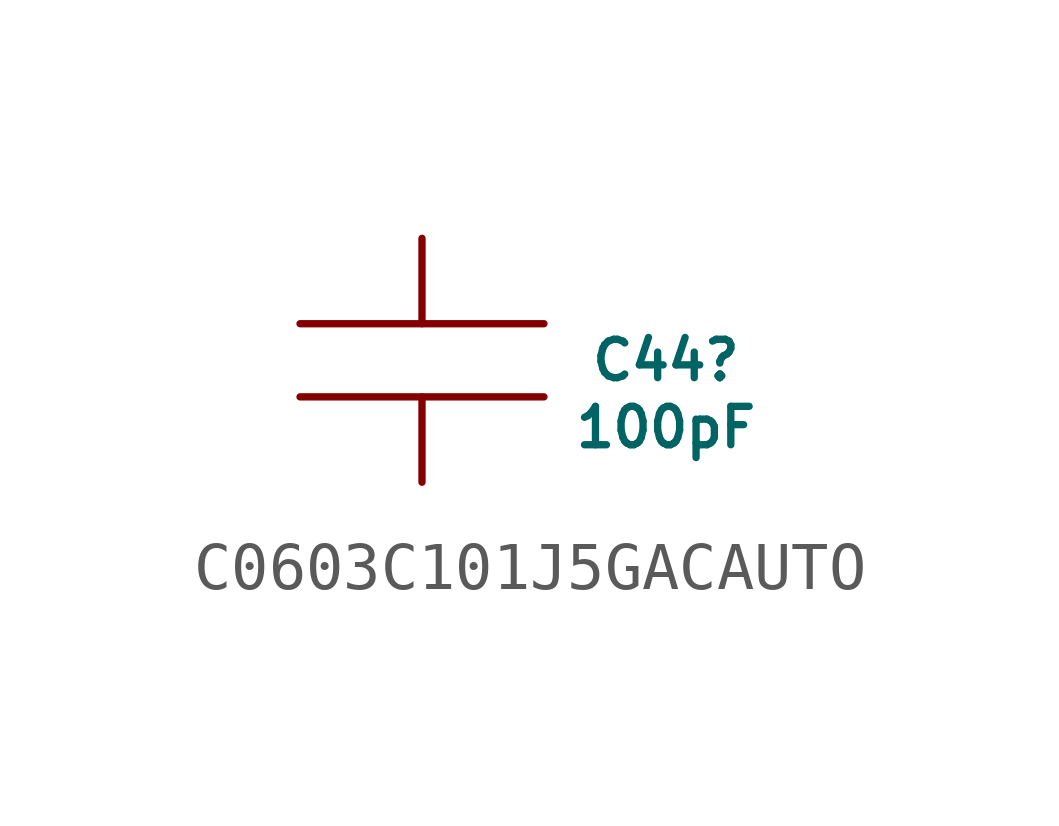
<source format=kicad_sym>
(kicad_symbol_lib
  (version 20220914)
  (generator kicad_symbol_editor)
  (symbol "C0603C101J5GACAUTO"
    (pin_numbers hide)
    (pin_names
      (offset 1.016) hide)
    (property "Reference" "C44"
      (at 5.08 -2.54 0)
      (do_not_autoplace)
      (effects (font (size 0.8 0.8))))
    (property "Value" "100pF"
      (at 5.08 -3.937 0)
      (effects (font (size 0.8 0.8))))
    (symbol "C0603C101J5GACAUTO_1_1"
      (polyline (pts (xy 2.54 -3.302) (xy -2.54 -3.302)) (stroke (width 0) (type solid)) (fill (type none)))
      (polyline (pts (xy 2.54 -1.778) (xy -2.54 -1.778)) (stroke (width 0) (type solid)) (fill (type none)))
      (pin passive line (at 0 0 270) (length 1.778) (name "1" (effects (font (size 0 0)))) (number "1" (effects (font (size 1.016 1.016)))))
      (pin passive line (at 0 -5.08 90) (length 1.778) (name "2" (effects (font (size 0 0)))) (number "2" (effects (font (size 1.016 1.016))))))))
</source>
